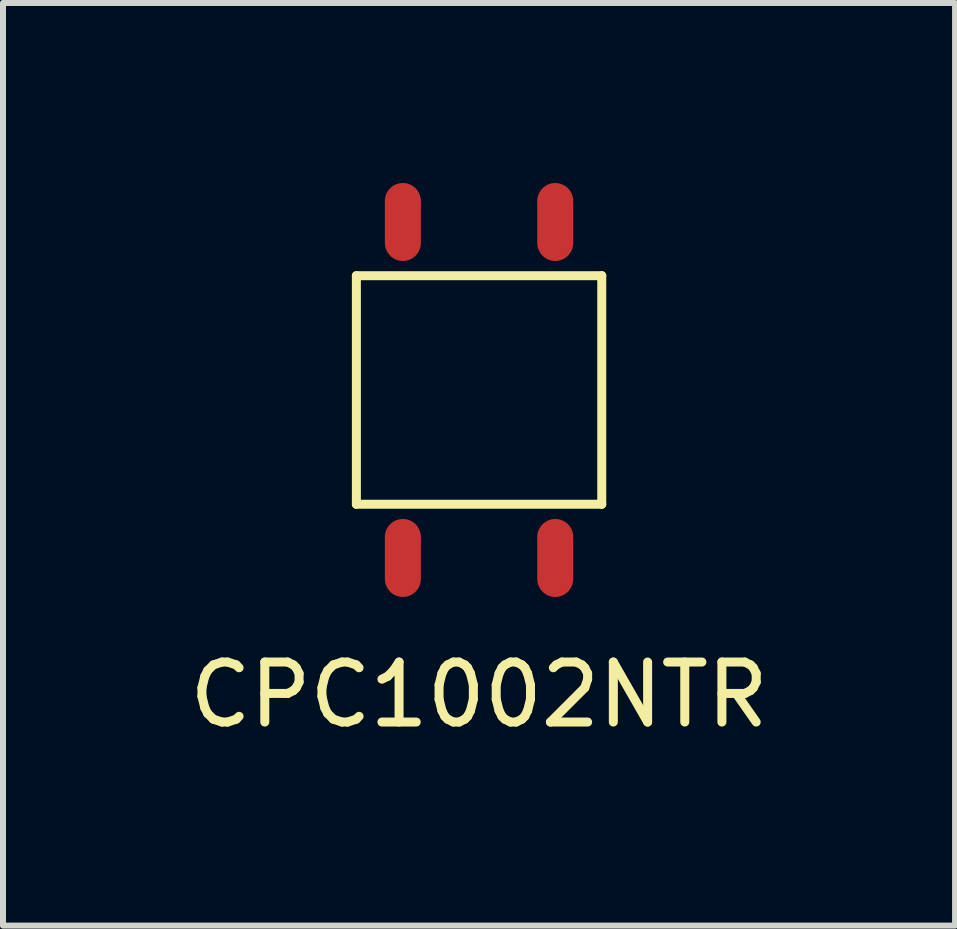
<source format=kicad_pcb>
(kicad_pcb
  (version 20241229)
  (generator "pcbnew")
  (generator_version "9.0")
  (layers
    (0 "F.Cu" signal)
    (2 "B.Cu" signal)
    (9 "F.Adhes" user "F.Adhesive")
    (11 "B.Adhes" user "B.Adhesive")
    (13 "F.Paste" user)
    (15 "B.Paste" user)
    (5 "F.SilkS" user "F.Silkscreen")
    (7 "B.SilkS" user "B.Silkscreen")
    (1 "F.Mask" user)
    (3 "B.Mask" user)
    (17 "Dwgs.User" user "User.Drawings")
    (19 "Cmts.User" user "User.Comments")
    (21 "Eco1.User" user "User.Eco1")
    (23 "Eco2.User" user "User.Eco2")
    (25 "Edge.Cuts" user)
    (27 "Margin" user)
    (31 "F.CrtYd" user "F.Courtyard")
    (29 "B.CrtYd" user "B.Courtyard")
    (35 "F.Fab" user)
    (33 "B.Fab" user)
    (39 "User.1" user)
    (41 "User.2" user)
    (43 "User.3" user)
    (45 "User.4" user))
  (footprint "CPC1002NTR"
    (layer "F.Cu")
    (at 4.935 3.45)
    (property "Reference" "CPC1002NTR" (at 0 5.08 0) (layer "F.SilkS") (effects (font (size 1 1) (thickness 0.15))))
    (attr through_hole)
    (fp_line (start -2.045 -1.905) (end -2.045 1.905) (stroke (width 0.15) (type solid)) (layer "F.SilkS"))
    (fp_line (start -2.045 -1.905) (end 2.045 -1.905) (stroke (width 0.15) (type solid)) (layer "F.SilkS"))
    (fp_line (start -2.045 1.905) (end 2.045 1.905) (stroke (width 0.15) (type solid)) (layer "F.SilkS"))
    (fp_line (start 2.045 -1.905) (end 2.045 1.905) (stroke (width 0.15) (type solid)) (layer "F.SilkS"))
    (pad "1" smd oval (at -1.27 -2.8) (size 0.6 1.3) (layers "F.Cu" "F.Mask" "F.Paste"))
    (pad "2" smd oval (at 1.27 -2.8) (size 0.6 1.3) (layers "F.Cu" "F.Mask" "F.Paste"))
    (pad "3" smd oval (at -1.27 2.8) (size 0.6 1.3) (layers "F.Cu" "F.Mask" "F.Paste"))
    (pad "4" smd oval (at 1.27 2.8) (size 0.6 1.3) (layers "F.Cu" "F.Mask" "F.Paste")))
  (gr_rect
    (start -3 -3)
    (end 12.869 12.378)
    (stroke (width 0.1) (type default))
    (fill no)
    (layer "Edge.Cuts")))
</source>
